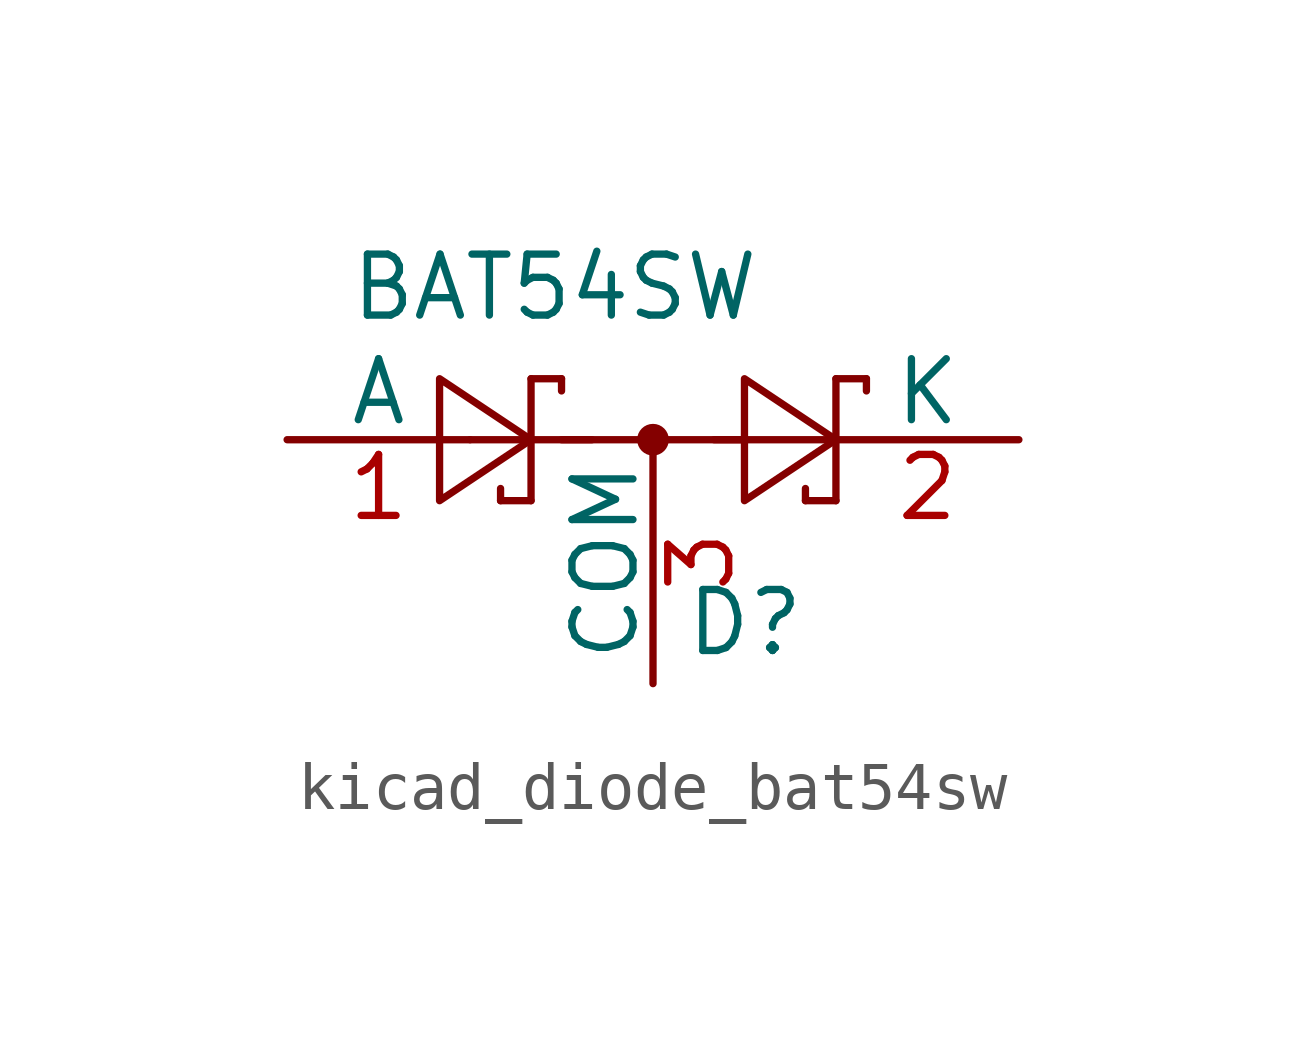
<source format=kicad_sym>
(kicad_symbol_lib
  (version 20220914)
  (generator kicad_symbol_editor)
  (symbol "kicad_diode_bat54sw"
    (pin_names
      (offset 0))
    (property "Reference" "D"
      (at 0.635 -3.81 0)
      (effects (font (size 1.27 1.27)) (justify left)))
    (property "Value" "BAT54SW"
      (at -6.35 3.175 0)
      (effects (font (size 1.27 1.27)) (justify left)))
    (symbol "kicad_diode_bat54sw_0_1"
      (polyline (pts (xy -3.81 0) (xy -1.27 0)) (stroke (width 0) (type default)) (fill (type none)))
      (polyline (pts (xy -3.175 -1.27) (xy -3.175 -1.016)) (stroke (width 0) (type default)) (fill (type none)))
      (polyline (pts (xy -2.54 -1.27) (xy -3.175 -1.27)) (stroke (width 0) (type default)) (fill (type none)))
      (polyline (pts (xy -2.54 -1.27) (xy -2.54 1.27)) (stroke (width 0) (type default)) (fill (type none)))
      (polyline (pts (xy -2.54 1.27) (xy -1.905 1.27)) (stroke (width 0) (type default)) (fill (type none)))
      (polyline (pts (xy -1.905 0) (xy 1.905 0)) (stroke (width 0) (type default)) (fill (type none)))
      (polyline (pts (xy -1.905 1.27) (xy -1.905 1.016)) (stroke (width 0) (type default)) (fill (type none)))
      (polyline (pts (xy 1.27 0) (xy 3.81 0)) (stroke (width 0) (type default)) (fill (type none)))
      (polyline (pts (xy 3.175 -1.27) (xy 3.175 -1.016)) (stroke (width 0) (type default)) (fill (type none)))
      (polyline (pts (xy 3.81 -1.27) (xy 3.175 -1.27)) (stroke (width 0) (type default)) (fill (type none)))
      (polyline (pts (xy 3.81 -1.27) (xy 3.81 1.27)) (stroke (width 0) (type default)) (fill (type none)))
      (polyline (pts (xy 3.81 1.27) (xy 4.445 1.27)) (stroke (width 0) (type default)) (fill (type none)))
      (polyline (pts (xy 4.445 1.27) (xy 4.445 1.016)) (stroke (width 0) (type default)) (fill (type none)))
      (polyline (pts (xy -4.445 1.27) (xy -4.445 -1.27) (xy -2.54 0) (xy -4.445 1.27)) (stroke (width 0) (type default)) (fill (type none)))
      (polyline (pts (xy 1.905 1.27) (xy 1.905 -1.27) (xy 3.81 0) (xy 1.905 1.27)) (stroke (width 0) (type default)) (fill (type none)))
      (circle (center 0 0) (radius 0.254) (stroke (width 0) (type default)) (fill (type outline))))
    (symbol "kicad_diode_bat54sw_1_1"
      (pin passive line (at -7.62 0 0) (length 3.81) (name "A" (effects (font (size 1.27 1.27)))) (number "1" (effects (font (size 1.27 1.27)))))
      (pin passive line (at 7.62 0 180) (length 3.81) (name "K" (effects (font (size 1.27 1.27)))) (number "2" (effects (font (size 1.27 1.27)))))
      (pin passive line (at 0 -5.08 90) (length 5.08) (name "COM" (effects (font (size 1.27 1.27)))) (number "3" (effects (font (size 1.27 1.27))))))))
</source>
